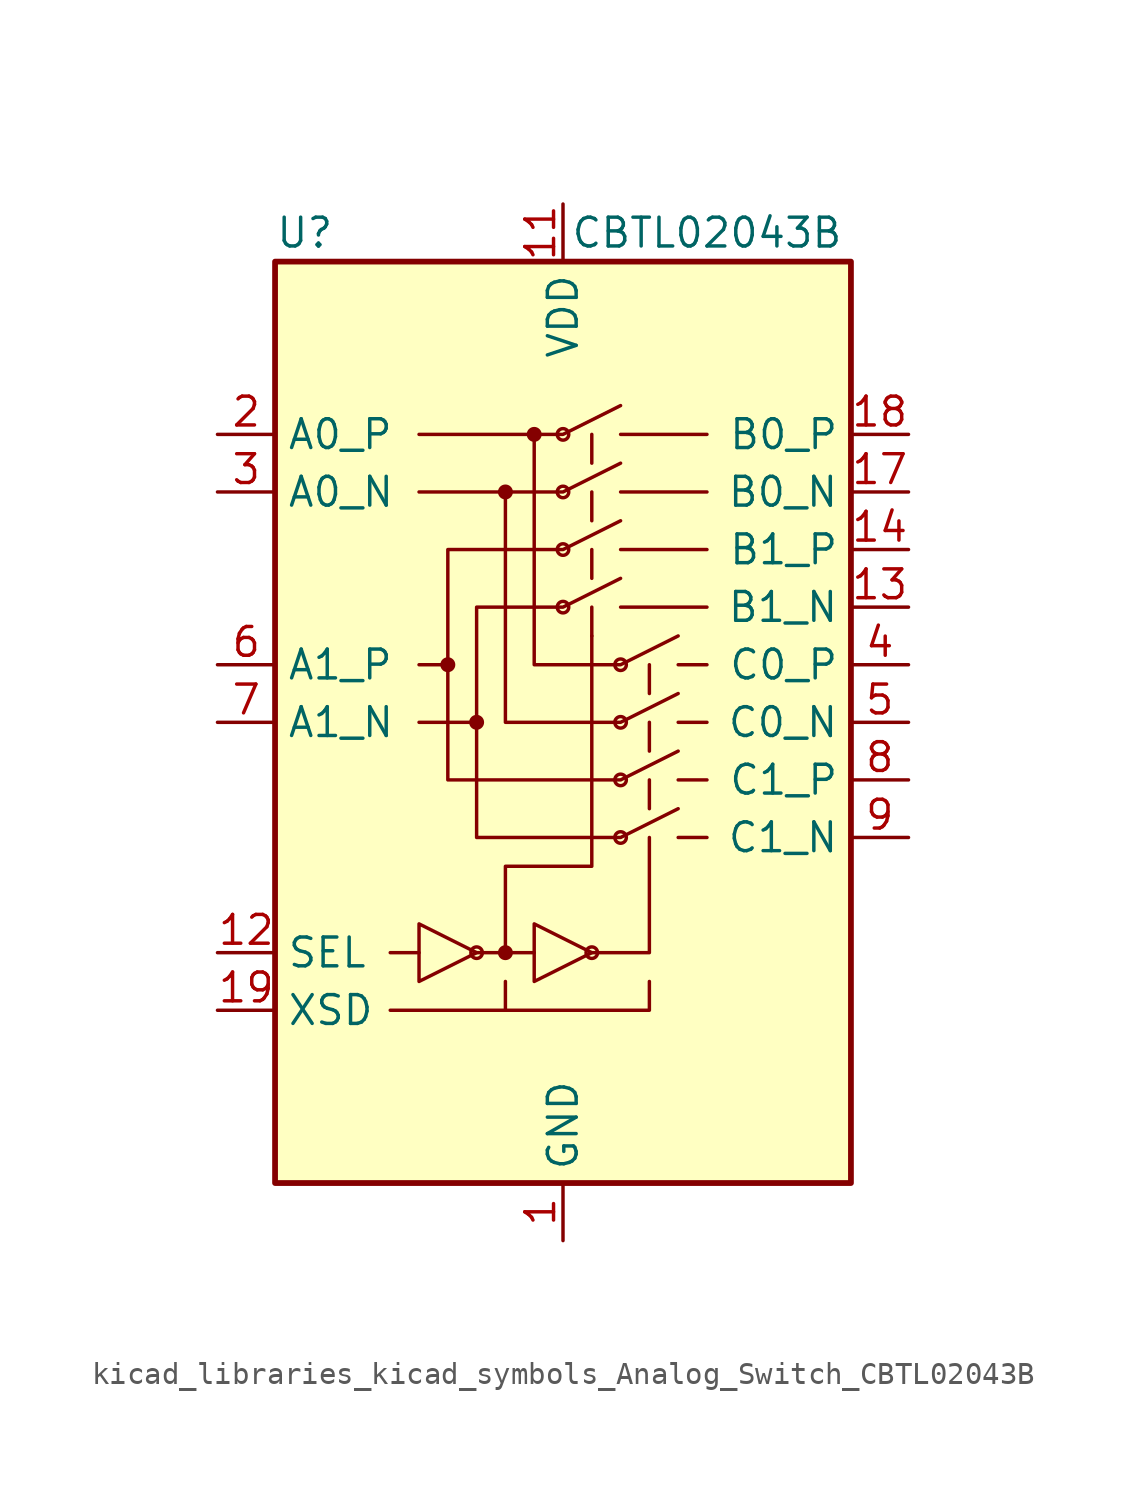
<source format=kicad_sym>
(kicad_symbol_lib
  (version 20220914)
  (generator kicad_symbol_editor)
  (symbol "kicad_libraries_kicad_symbols_Analog_Switch_CBTL02043B"
    (property "Reference" "U"
      (at -12.7 21.59 0)
      (effects (font (size 1.27 1.27)) (justify left)))
    (property "Value" "CBTL02043B"
      (at 6.35 21.59 0)
      (effects (font (size 1.27 1.27))))
    (symbol "kicad_libraries_kicad_symbols_Analog_Switch_CBTL02043B_0_1"
      (rectangle (start -12.7 20.32) (end 12.7 -20.32) (stroke (width 0.254) (type default)) (fill (type background)))
      (circle (center -5.08 2.54) (radius 0.254) (stroke (width 0) (type default)) (fill (type outline)))
      (circle (center -3.81 0) (radius 0.254) (stroke (width 0) (type default)) (fill (type outline)))
      (circle (center -2.54 10.16) (radius 0.254) (stroke (width 0) (type default)) (fill (type outline)))
      (circle (center -1.27 12.7) (radius 0.254) (stroke (width 0) (type default)) (fill (type outline)))
      (polyline (pts (xy -7.62 -10.16) (xy -6.35 -10.16)) (stroke (width 0) (type default)) (fill (type none)))
      (polyline (pts (xy -2.54 -12.7) (xy -2.54 -11.43)) (stroke (width 0) (type default)) (fill (type none)))
      (polyline (pts (xy -7.62 -12.7) (xy 3.81 -12.7) (xy 3.81 -11.43)) (stroke (width 0) (type default)) (fill (type none)))
      (polyline (pts (xy 1.27 -10.16) (xy -1.27 -8.89) (xy -1.27 -11.43) (xy 1.27 -10.16)) (stroke (width 0) (type default)) (fill (type none)))
      (polyline (pts (xy 5.08 -3.81) (xy 2.54 -5.08) (xy -3.81 -5.08) (xy -3.81 0)) (stroke (width 0) (type default)) (fill (type none)))
      (polyline (pts (xy 5.08 -1.27) (xy 2.54 -2.54) (xy -5.08 -2.54) (xy -5.08 2.54)) (stroke (width 0) (type default)) (fill (type none)))
      (polyline (pts (xy 5.08 1.27) (xy 2.54 0) (xy -2.54 0) (xy -2.54 10.16)) (stroke (width 0) (type default)) (fill (type none)))
      (polyline (pts (xy 5.08 3.81) (xy 2.54 2.54) (xy -1.27 2.54) (xy -1.27 12.7)) (stroke (width 0) (type default)) (fill (type none))))
    (symbol "kicad_libraries_kicad_symbols_Analog_Switch_CBTL02043B_1_1"
      (circle (center -3.81 -10.16) (radius 0.254) (stroke (width 0) (type default)) (fill (type none)))
      (circle (center -2.54 -10.16) (radius 0.254) (stroke (width 0) (type default)) (fill (type outline)))
      (polyline (pts (xy -2.54 -10.16) (xy -1.27 -10.16)) (stroke (width 0) (type default)) (fill (type none)))
      (polyline (pts (xy 1.27 5.08) (xy 1.27 3.81)) (stroke (width 0) (type default)) (fill (type none)))
      (polyline (pts (xy 1.27 7.62) (xy 1.27 6.35)) (stroke (width 0) (type default)) (fill (type none)))
      (polyline (pts (xy 1.27 10.16) (xy 1.27 8.89)) (stroke (width 0) (type default)) (fill (type none)))
      (polyline (pts (xy 1.27 12.7) (xy 1.27 11.43)) (stroke (width 0) (type default)) (fill (type none)))
      (polyline (pts (xy 3.81 -3.81) (xy 3.81 -2.54)) (stroke (width 0) (type default)) (fill (type none)))
      (polyline (pts (xy 3.81 -1.27) (xy 3.81 0)) (stroke (width 0) (type default)) (fill (type none)))
      (polyline (pts (xy 3.81 1.27) (xy 3.81 2.54)) (stroke (width 0) (type default)) (fill (type none)))
      (polyline (pts (xy 6.35 -5.08) (xy 5.08 -5.08)) (stroke (width 0) (type default)) (fill (type none)))
      (polyline (pts (xy 6.35 -2.54) (xy 5.08 -2.54)) (stroke (width 0) (type default)) (fill (type none)))
      (polyline (pts (xy 6.35 0) (xy 5.08 0)) (stroke (width 0) (type default)) (fill (type none)))
      (polyline (pts (xy 6.35 2.54) (xy 5.08 2.54)) (stroke (width 0) (type default)) (fill (type none)))
      (polyline (pts (xy 6.35 5.08) (xy 2.54 5.08)) (stroke (width 0) (type default)) (fill (type none)))
      (polyline (pts (xy 6.35 7.62) (xy 2.54 7.62)) (stroke (width 0) (type default)) (fill (type none)))
      (polyline (pts (xy 6.35 10.16) (xy 2.54 10.16)) (stroke (width 0) (type default)) (fill (type none)))
      (polyline (pts (xy 6.35 12.7) (xy 2.54 12.7)) (stroke (width 0) (type default)) (fill (type none)))
      (polyline (pts (xy -6.35 10.16) (xy 0 10.16) (xy 2.54 11.43)) (stroke (width 0) (type default)) (fill (type none)))
      (polyline (pts (xy -6.35 12.7) (xy 0 12.7) (xy 2.54 13.97)) (stroke (width 0) (type default)) (fill (type none)))
      (polyline (pts (xy 1.27 -10.16) (xy 3.81 -10.16) (xy 3.81 -5.08)) (stroke (width 0) (type default)) (fill (type none)))
      (polyline (pts (xy -3.81 -10.16) (xy -6.35 -8.89) (xy -6.35 -11.43) (xy -3.81 -10.16)) (stroke (width 0) (type default)) (fill (type none)))
      (polyline (pts (xy -6.35 0) (xy -3.81 0) (xy -3.81 5.08) (xy 0 5.08) (xy 2.54 6.35)) (stroke (width 0) (type default)) (fill (type none)))
      (polyline (pts (xy -6.35 2.54) (xy -5.08 2.54) (xy -5.08 7.62) (xy 0 7.62) (xy 2.54 8.89)) (stroke (width 0) (type default)) (fill (type none)))
      (polyline (pts (xy 1.27 3.81) (xy 1.27 -6.35) (xy -2.54 -6.35) (xy -2.54 -10.16) (xy -3.81 -10.16)) (stroke (width 0) (type default)) (fill (type none)))
      (circle (center 0 5.08) (radius 0.254) (stroke (width 0) (type default)) (fill (type none)))
      (circle (center 0 7.62) (radius 0.254) (stroke (width 0) (type default)) (fill (type none)))
      (circle (center 0 10.16) (radius 0.254) (stroke (width 0) (type default)) (fill (type none)))
      (circle (center 0 12.7) (radius 0.254) (stroke (width 0) (type default)) (fill (type none)))
      (circle (center 1.27 -10.16) (radius 0.254) (stroke (width 0) (type default)) (fill (type none)))
      (circle (center 2.54 -5.08) (radius 0.254) (stroke (width 0) (type default)) (fill (type none)))
      (circle (center 2.54 -2.54) (radius 0.254) (stroke (width 0) (type default)) (fill (type none)))
      (circle (center 2.54 0) (radius 0.254) (stroke (width 0) (type default)) (fill (type none)))
      (circle (center 2.54 2.54) (radius 0.254) (stroke (width 0) (type default)) (fill (type none)))
      (pin power_in line (at 0 -22.86 90) (length 2.54) (name "GND" (effects (font (size 1.27 1.27)))) (number "1" (effects (font (size 1.27 1.27)))))
      (pin passive line (at 0 -22.86 90) (length 2.54) hide (name "GND" (effects (font (size 1.27 1.27)))) (number "10" (effects (font (size 1.27 1.27)))))
      (pin power_in line (at 0 22.86 270) (length 2.54) (name "VDD" (effects (font (size 1.27 1.27)))) (number "11" (effects (font (size 1.27 1.27)))))
      (pin input line (at -15.24 -10.16 0) (length 2.54) (name "SEL" (effects (font (size 1.27 1.27)))) (number "12" (effects (font (size 1.27 1.27)))))
      (pin passive line (at 15.24 5.08 180) (length 2.54) (name "B1_N" (effects (font (size 1.27 1.27)))) (number "13" (effects (font (size 1.27 1.27)))))
      (pin passive line (at 15.24 7.62 180) (length 2.54) (name "B1_P" (effects (font (size 1.27 1.27)))) (number "14" (effects (font (size 1.27 1.27)))))
      (pin passive line (at 0 -22.86 90) (length 2.54) hide (name "GND" (effects (font (size 1.27 1.27)))) (number "15" (effects (font (size 1.27 1.27)))))
      (pin passive line (at 0 22.86 270) (length 2.54) hide (name "VDD" (effects (font (size 1.27 1.27)))) (number "16" (effects (font (size 1.27 1.27)))))
      (pin passive line (at 15.24 10.16 180) (length 2.54) (name "B0_N" (effects (font (size 1.27 1.27)))) (number "17" (effects (font (size 1.27 1.27)))))
      (pin passive line (at 15.24 12.7 180) (length 2.54) (name "B0_P" (effects (font (size 1.27 1.27)))) (number "18" (effects (font (size 1.27 1.27)))))
      (pin input line (at -15.24 -12.7 0) (length 2.54) (name "XSD" (effects (font (size 1.27 1.27)))) (number "19" (effects (font (size 1.27 1.27)))))
      (pin passive line (at -15.24 12.7 0) (length 2.54) (name "A0_P" (effects (font (size 1.27 1.27)))) (number "2" (effects (font (size 1.27 1.27)))))
      (pin passive line (at 0 22.86 270) (length 2.54) hide (name "VDD" (effects (font (size 1.27 1.27)))) (number "20" (effects (font (size 1.27 1.27)))))
      (pin passive line (at 0 -22.86 90) (length 2.54) hide (name "GND" (effects (font (size 1.27 1.27)))) (number "21" (effects (font (size 1.27 1.27)))))
      (pin passive line (at -15.24 10.16 0) (length 2.54) (name "A0_N" (effects (font (size 1.27 1.27)))) (number "3" (effects (font (size 1.27 1.27)))))
      (pin passive line (at 15.24 2.54 180) (length 2.54) (name "C0_P" (effects (font (size 1.27 1.27)))) (number "4" (effects (font (size 1.27 1.27)))))
      (pin passive line (at 15.24 0 180) (length 2.54) (name "C0_N" (effects (font (size 1.27 1.27)))) (number "5" (effects (font (size 1.27 1.27)))))
      (pin passive line (at -15.24 2.54 0) (length 2.54) (name "A1_P" (effects (font (size 1.27 1.27)))) (number "6" (effects (font (size 1.27 1.27)))))
      (pin passive line (at -15.24 0 0) (length 2.54) (name "A1_N" (effects (font (size 1.27 1.27)))) (number "7" (effects (font (size 1.27 1.27)))))
      (pin passive line (at 15.24 -2.54 180) (length 2.54) (name "C1_P" (effects (font (size 1.27 1.27)))) (number "8" (effects (font (size 1.27 1.27)))))
      (pin passive line (at 15.24 -5.08 180) (length 2.54) (name "C1_N" (effects (font (size 1.27 1.27)))) (number "9" (effects (font (size 1.27 1.27))))))))
</source>
